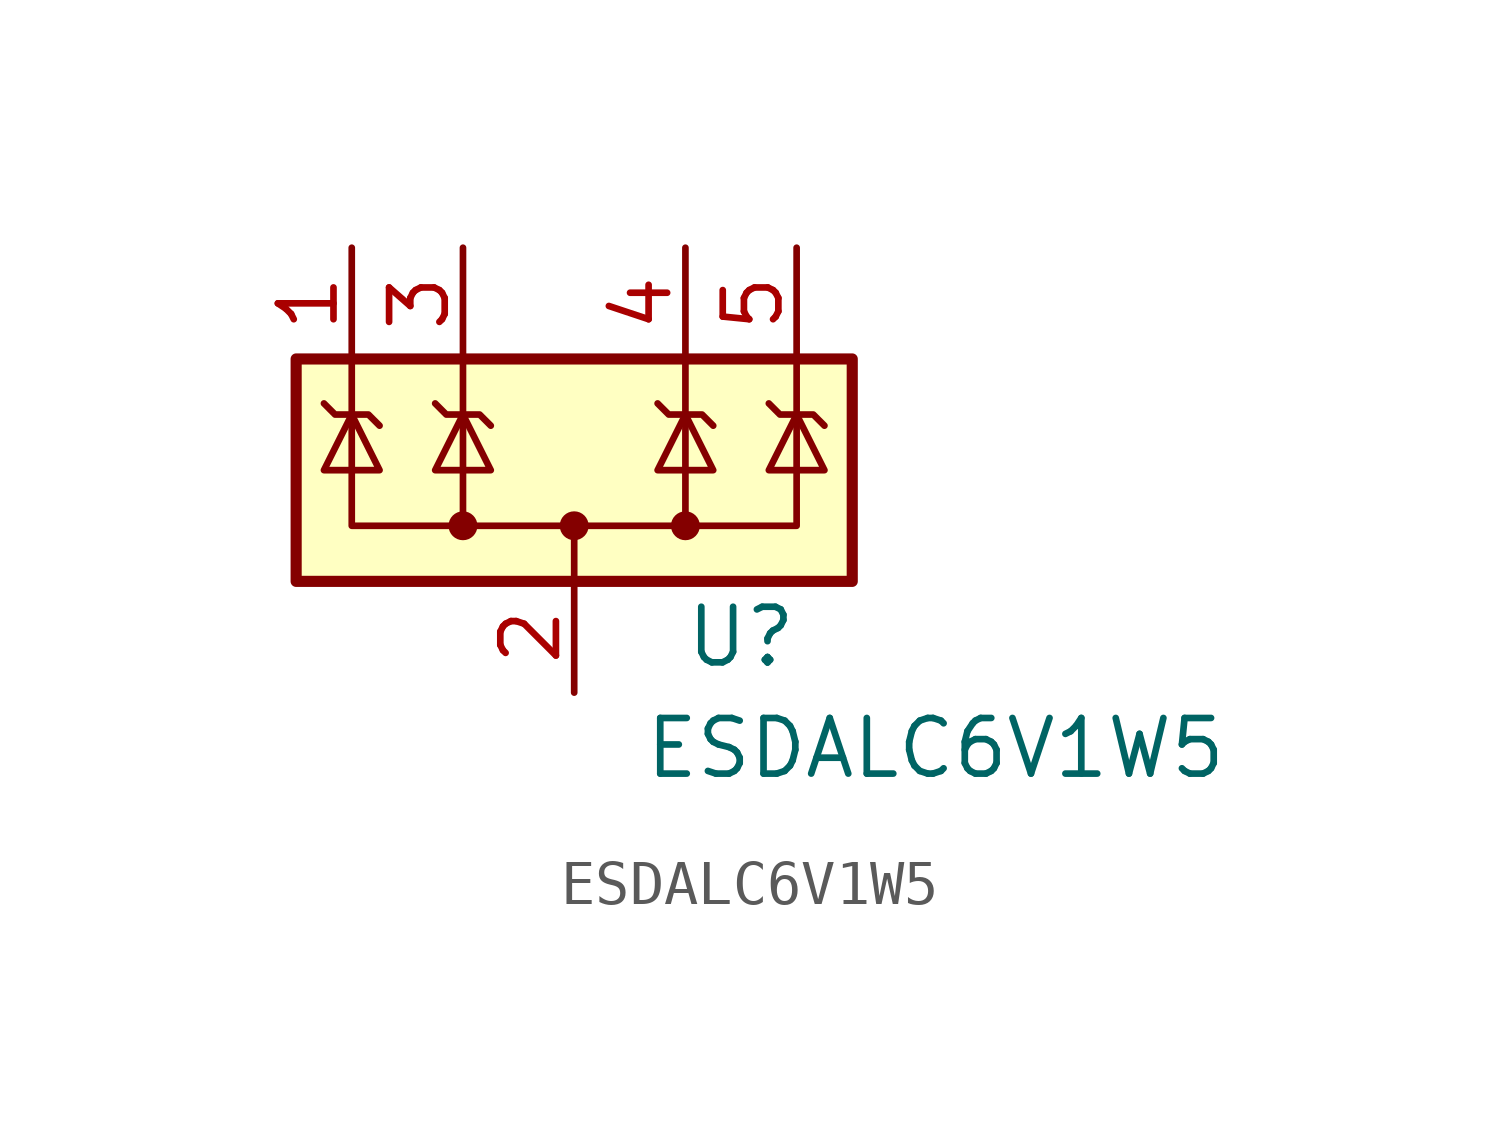
<source format=kicad_sym>
(kicad_symbol_lib
  (version 20211014)
  (generator kicad_symbol_editor)
  (symbol "ESDALC6V1W5"
    (pin_names hide)
    (property "Reference" "U"
      (at 3.81 -3.81 0)
      (effects (font (size 1.27 1.27))))
    (property "Value" "ESDALC6V1W5"
      (at 8.255 -6.35 0)
      (effects (font (size 1.27 1.27))))
    (symbol "ESDALC6V1W5_0_0"
      (pin power_in line (at 0 -5.08 90) (length 2.54) (name "GND" (effects (font (size 1.27 1.27)))) (number "2" (effects (font (size 1.27 1.27))))))
    (symbol "ESDALC6V1W5_0_1"
      (rectangle (start -6.35 2.54) (end 6.35 -2.54) (stroke (width 0.254) (type default) (color 0 0 0 0)) (fill (type background)))
      (circle (center 0 -1.27) (radius 0.254) (stroke (width 0) (type default) (color 0 0 0 0)) (fill (type outline)))
      (polyline (pts (xy -2.54 2.54) (xy -2.54 -1.27)) (stroke (width 0) (type default) (color 0 0 0 0)) (fill (type none)))
      (polyline (pts (xy 0 -1.27) (xy 0 -2.54)) (stroke (width 0) (type default) (color 0 0 0 0)) (fill (type none)))
      (polyline (pts (xy 2.54 2.54) (xy 2.54 -1.27)) (stroke (width 0) (type default) (color 0 0 0 0)) (fill (type none)))
      (polyline (pts (xy -5.08 2.54) (xy -5.08 -1.27) (xy 5.08 -1.27) (xy 5.08 2.54)) (stroke (width 0) (type default) (color 0 0 0 0)) (fill (type none)))
      (polyline (pts (xy -4.445 0) (xy -5.715 0) (xy -5.08 1.27) (xy -4.445 0)) (stroke (width 0) (type default) (color 0 0 0 0)) (fill (type none)))
      (polyline (pts (xy -3.175 1.524) (xy -2.921 1.27) (xy -2.159 1.27) (xy -1.905 1.016)) (stroke (width 0) (type default) (color 0 0 0 0)) (fill (type none)))
      (polyline (pts (xy -2.54 1.27) (xy -1.905 0) (xy -3.175 0) (xy -2.54 1.27)) (stroke (width 0) (type default) (color 0 0 0 0)) (fill (type none)))
      (polyline (pts (xy 2.54 1.27) (xy 1.905 0) (xy 3.175 0) (xy 2.54 1.27)) (stroke (width 0) (type default) (color 0 0 0 0)) (fill (type none)))
      (polyline (pts (xy 5.08 1.27) (xy 4.445 0) (xy 5.715 0) (xy 5.08 1.27)) (stroke (width 0) (type default) (color 0 0 0 0)) (fill (type none)))
      (circle (center 2.54 -1.27) (radius 0.254) (stroke (width 0) (type default) (color 0 0 0 0)) (fill (type outline))))
    (symbol "ESDALC6V1W5_1_1"
      (circle (center -2.54 -1.27) (radius 0.254) (stroke (width 0) (type default) (color 0 0 0 0)) (fill (type outline)))
      (polyline (pts (xy -5.715 1.524) (xy -5.461 1.27) (xy -4.699 1.27) (xy -4.445 1.016)) (stroke (width 0) (type default) (color 0 0 0 0)) (fill (type none)))
      (polyline (pts (xy 1.905 1.524) (xy 2.159 1.27) (xy 2.921 1.27) (xy 3.175 1.016)) (stroke (width 0) (type default) (color 0 0 0 0)) (fill (type none)))
      (polyline (pts (xy 4.445 1.524) (xy 4.699 1.27) (xy 5.461 1.27) (xy 5.715 1.016)) (stroke (width 0) (type default) (color 0 0 0 0)) (fill (type none)))
      (pin input line (at -5.08 5.08 270) (length 2.54) (name "IO1" (effects (font (size 1.27 1.27)))) (number "1" (effects (font (size 1.27 1.27)))))
      (pin input line (at -2.54 5.08 270) (length 2.54) (name "IO2" (effects (font (size 1.27 1.27)))) (number "3" (effects (font (size 1.27 1.27)))))
      (pin input line (at 2.54 5.08 270) (length 2.54) (name "IO3" (effects (font (size 1.27 1.27)))) (number "4" (effects (font (size 1.27 1.27)))))
      (pin input line (at 5.08 5.08 270) (length 2.54) (name "IO4" (effects (font (size 1.27 1.27)))) (number "5" (effects (font (size 1.27 1.27))))))))
</source>
